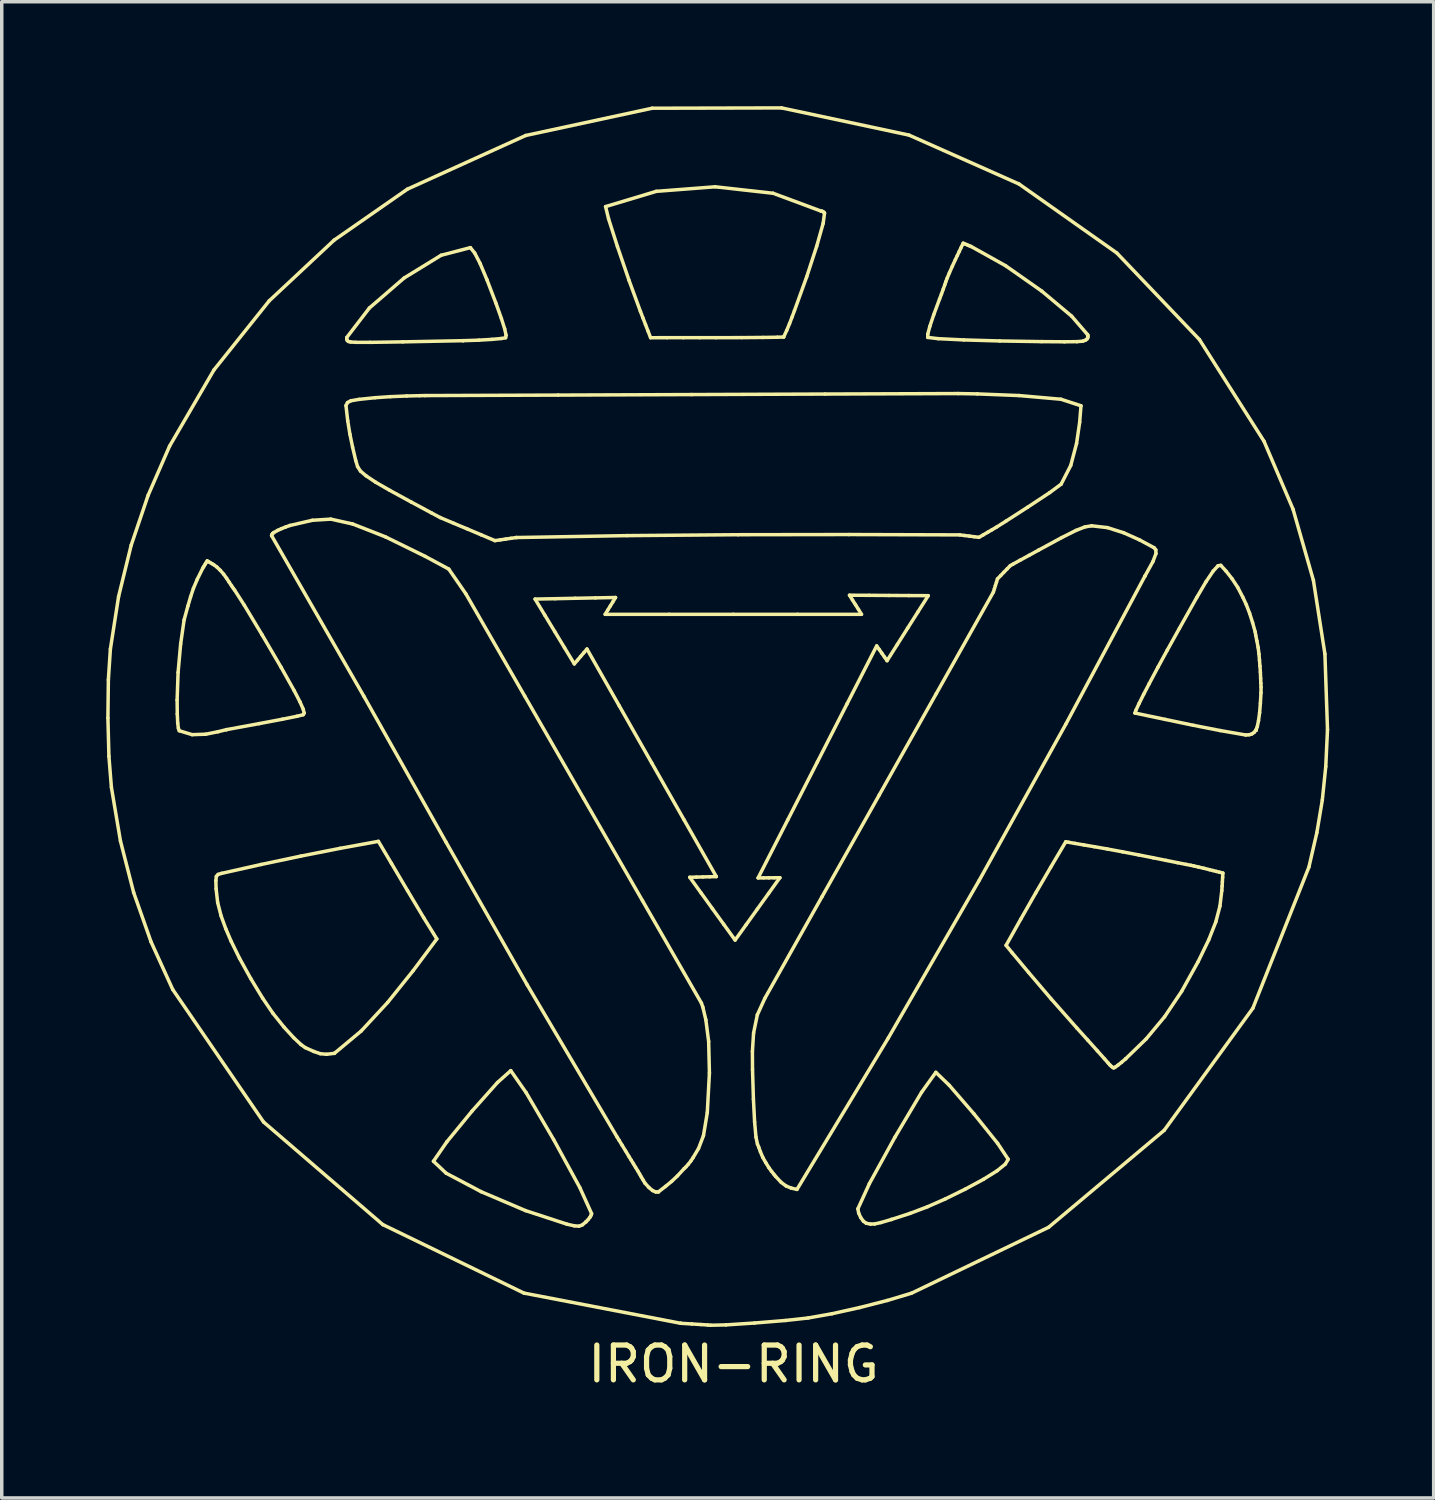
<source format=kicad_pcb>
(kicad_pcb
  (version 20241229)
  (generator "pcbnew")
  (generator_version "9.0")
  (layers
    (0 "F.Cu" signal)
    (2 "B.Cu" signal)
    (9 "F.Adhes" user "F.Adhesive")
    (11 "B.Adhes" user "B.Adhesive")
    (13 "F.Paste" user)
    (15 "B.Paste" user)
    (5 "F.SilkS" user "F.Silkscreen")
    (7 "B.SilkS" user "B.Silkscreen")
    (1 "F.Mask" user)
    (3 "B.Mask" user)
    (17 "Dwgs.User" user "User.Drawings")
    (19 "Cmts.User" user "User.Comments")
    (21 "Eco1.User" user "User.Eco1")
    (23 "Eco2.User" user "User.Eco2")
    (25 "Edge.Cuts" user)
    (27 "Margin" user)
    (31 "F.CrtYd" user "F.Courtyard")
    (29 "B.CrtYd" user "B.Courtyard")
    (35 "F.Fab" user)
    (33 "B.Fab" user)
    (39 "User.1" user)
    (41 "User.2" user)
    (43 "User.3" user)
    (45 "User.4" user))
  (footprint "IRON-RING"
    (layer "F.Cu")
    (at 18.024 18.355)
    (property "Reference" "IRON-RING" (at 0 17.78 0) (layer "F.SilkS") (effects (font (size 1 1) (thickness 0.15))))
    (attr through_hole)
    (fp_line (start -17.974 -0.778) (end -17.961 -1.875) (stroke (width 0.1) (type solid)) (layer "F.SilkS"))
    (fp_line (start -17.961 -1.875) (end -17.903 -2.758) (stroke (width 0.1) (type solid)) (layer "F.SilkS"))
    (fp_line (start -17.945 0.322) (end -17.974 -0.778) (stroke (width 0.1) (type solid)) (layer "F.SilkS"))
    (fp_line (start -17.903 -2.758) (end -17.667 -4.27) (stroke (width 0.1) (type solid)) (layer "F.SilkS"))
    (fp_line (start -17.874 1.211) (end -17.945 0.322) (stroke (width 0.1) (type solid)) (layer "F.SilkS"))
    (fp_line (start -17.667 -4.27) (end -17.306 -5.74) (stroke (width 0.1) (type solid)) (layer "F.SilkS"))
    (fp_line (start -17.614 2.754) (end -17.874 1.211) (stroke (width 0.1) (type solid)) (layer "F.SilkS"))
    (fp_line (start -17.306 -5.74) (end -16.819 -7.176) (stroke (width 0.1) (type solid)) (layer "F.SilkS"))
    (fp_line (start -17.235 4.233) (end -17.614 2.754) (stroke (width 0.1) (type solid)) (layer "F.SilkS"))
    (fp_line (start -16.819 -7.176) (end -16.203 -8.588) (stroke (width 0.1) (type solid)) (layer "F.SilkS"))
    (fp_line (start -16.734 5.654) (end -17.235 4.233) (stroke (width 0.1) (type solid)) (layer "F.SilkS"))
    (fp_line (start -16.203 -8.588) (end -14.928 -10.777) (stroke (width 0.1) (type solid)) (layer "F.SilkS"))
    (fp_line (start -16.112 7.021) (end -16.734 5.654) (stroke (width 0.1) (type solid)) (layer "F.SilkS"))
    (fp_line (start -15.986 -1.297) (end -15.981 -0.892) (stroke (width 0.1) (type solid)) (layer "F.SilkS"))
    (fp_line (start -15.981 -0.892) (end -15.969 -0.634) (stroke (width 0.1) (type solid)) (layer "F.SilkS"))
    (fp_line (start -15.969 -0.634) (end -15.95 -0.486) (stroke (width 0.1) (type solid)) (layer "F.SilkS"))
    (fp_line (start -15.958 -2.088) (end -15.986 -1.297) (stroke (width 0.1) (type solid)) (layer "F.SilkS"))
    (fp_line (start -15.95 -0.486) (end -15.925 -0.413) (stroke (width 0.1) (type solid)) (layer "F.SilkS"))
    (fp_line (start -15.925 -0.413) (end -15.554 -0.3) (stroke (width 0.1) (type solid)) (layer "F.SilkS"))
    (fp_line (start -15.884 -2.908) (end -15.958 -2.088) (stroke (width 0.1) (type solid)) (layer "F.SilkS"))
    (fp_line (start -15.785 -3.597) (end -15.884 -2.908) (stroke (width 0.1) (type solid)) (layer "F.SilkS"))
    (fp_line (start -15.676 -3.995) (end -15.785 -3.597) (stroke (width 0.1) (type solid)) (layer "F.SilkS"))
    (fp_line (start -15.599 -4.259) (end -15.676 -3.995) (stroke (width 0.1) (type solid)) (layer "F.SilkS"))
    (fp_line (start -15.554 -0.3) (end -15.162 -0.313) (stroke (width 0.1) (type solid)) (layer "F.SilkS"))
    (fp_line (start -15.518 -4.501) (end -15.599 -4.259) (stroke (width 0.1) (type solid)) (layer "F.SilkS"))
    (fp_line (start -15.407 -4.763) (end -15.518 -4.501) (stroke (width 0.1) (type solid)) (layer "F.SilkS"))
    (fp_line (start -15.245 -5.09) (end -15.407 -4.763) (stroke (width 0.1) (type solid)) (layer "F.SilkS"))
    (fp_line (start -15.214 -5.14) (end -15.245 -5.09) (stroke (width 0.1) (type solid)) (layer "F.SilkS"))
    (fp_line (start -15.183 -5.191) (end -15.214 -5.14) (stroke (width 0.1) (type solid)) (layer "F.SilkS"))
    (fp_line (start -15.162 -0.313) (end -14.812 -0.384) (stroke (width 0.1) (type solid)) (layer "F.SilkS"))
    (fp_line (start -15.152 -5.242) (end -15.183 -5.191) (stroke (width 0.1) (type solid)) (layer "F.SilkS"))
    (fp_line (start -15.121 -5.293) (end -15.152 -5.242) (stroke (width 0.1) (type solid)) (layer "F.SilkS"))
    (fp_line (start -15.074 -5.265) (end -15.121 -5.293) (stroke (width 0.1) (type solid)) (layer "F.SilkS"))
    (fp_line (start -15.027 -5.238) (end -15.074 -5.265) (stroke (width 0.1) (type solid)) (layer "F.SilkS"))
    (fp_line (start -14.98 -5.21) (end -15.027 -5.238) (stroke (width 0.1) (type solid)) (layer "F.SilkS"))
    (fp_line (start -14.933 -5.182) (end -14.98 -5.21) (stroke (width 0.1) (type solid)) (layer "F.SilkS"))
    (fp_line (start -14.928 -10.777) (end -13.341 -12.762) (stroke (width 0.1) (type solid)) (layer "F.SilkS"))
    (fp_line (start -14.873 3.897) (end -14.866 4.129) (stroke (width 0.1) (type solid)) (layer "F.SilkS"))
    (fp_line (start -14.866 4.129) (end -14.821 4.523) (stroke (width 0.1) (type solid)) (layer "F.SilkS"))
    (fp_line (start -14.859 3.772) (end -14.873 3.897) (stroke (width 0.1) (type solid)) (layer "F.SilkS"))
    (fp_line (start -14.845 -5.117) (end -14.933 -5.182) (stroke (width 0.1) (type solid)) (layer "F.SilkS"))
    (fp_line (start -14.821 4.523) (end -14.723 4.905) (stroke (width 0.1) (type solid)) (layer "F.SilkS"))
    (fp_line (start -14.812 -0.384) (end -14.567 -0.444) (stroke (width 0.1) (type solid)) (layer "F.SilkS"))
    (fp_line (start -14.809 3.715) (end -14.859 3.772) (stroke (width 0.1) (type solid)) (layer "F.SilkS"))
    (fp_line (start -14.747 -5.022) (end -14.845 -5.117) (stroke (width 0.1) (type solid)) (layer "F.SilkS"))
    (fp_line (start -14.723 4.905) (end -14.588 5.275) (stroke (width 0.1) (type solid)) (layer "F.SilkS"))
    (fp_line (start -14.71 3.685) (end -14.809 3.715) (stroke (width 0.1) (type solid)) (layer "F.SilkS"))
    (fp_line (start -14.649 -4.91) (end -14.747 -5.022) (stroke (width 0.1) (type solid)) (layer "F.SilkS"))
    (fp_line (start -14.588 5.275) (end -14.435 5.633) (stroke (width 0.1) (type solid)) (layer "F.SilkS"))
    (fp_line (start -14.567 -0.444) (end -14.567 -0.444) (stroke (width 0.1) (type solid)) (layer "F.SilkS"))
    (fp_line (start -14.567 -0.444) (end -13.628 -0.617) (stroke (width 0.1) (type solid)) (layer "F.SilkS"))
    (fp_line (start -14.565 -4.794) (end -14.649 -4.91) (stroke (width 0.1) (type solid)) (layer "F.SilkS"))
    (fp_line (start -14.491 -4.681) (end -14.565 -4.794) (stroke (width 0.1) (type solid)) (layer "F.SilkS"))
    (fp_line (start -14.435 5.633) (end -14.193 6.125) (stroke (width 0.1) (type solid)) (layer "F.SilkS"))
    (fp_line (start -14.423 -4.579) (end -14.491 -4.681) (stroke (width 0.1) (type solid)) (layer "F.SilkS"))
    (fp_line (start -14.369 -4.5) (end -14.423 -4.579) (stroke (width 0.1) (type solid)) (layer "F.SilkS"))
    (fp_line (start -14.335 -4.454) (end -14.369 -4.5) (stroke (width 0.1) (type solid)) (layer "F.SilkS"))
    (fp_line (start -14.193 6.125) (end -13.87 6.708) (stroke (width 0.1) (type solid)) (layer "F.SilkS"))
    (fp_line (start -14.055 -4.018) (end -14.335 -4.454) (stroke (width 0.1) (type solid)) (layer "F.SilkS"))
    (fp_line (start -13.87 6.708) (end -13.528 7.272) (stroke (width 0.1) (type solid)) (layer "F.SilkS"))
    (fp_line (start -13.628 -0.617) (end -12.959 -0.744) (stroke (width 0.1) (type solid)) (layer "F.SilkS"))
    (fp_line (start -13.574 3.43) (end -14.71 3.685) (stroke (width 0.1) (type solid)) (layer "F.SilkS"))
    (fp_line (start -13.545 -3.168) (end -14.055 -4.018) (stroke (width 0.1) (type solid)) (layer "F.SilkS"))
    (fp_line (start -13.528 7.272) (end -13.232 7.707) (stroke (width 0.1) (type solid)) (layer "F.SilkS"))
    (fp_line (start -13.503 10.827) (end -16.112 7.021) (stroke (width 0.1) (type solid)) (layer "F.SilkS"))
    (fp_line (start -13.341 -12.762) (end -11.476 -14.506) (stroke (width 0.1) (type solid)) (layer "F.SilkS"))
    (fp_line (start -13.272 -6.017) (end -10.621 -1.403) (stroke (width 0.1) (type solid)) (layer "F.SilkS"))
    (fp_line (start -13.262 -6.05) (end -13.272 -6.017) (stroke (width 0.1) (type solid)) (layer "F.SilkS"))
    (fp_line (start -13.247 -6.073) (end -13.262 -6.05) (stroke (width 0.1) (type solid)) (layer "F.SilkS"))
    (fp_line (start -13.232 7.707) (end -12.91 8.108) (stroke (width 0.1) (type solid)) (layer "F.SilkS"))
    (fp_line (start -13.229 -6.09) (end -13.247 -6.073) (stroke (width 0.1) (type solid)) (layer "F.SilkS"))
    (fp_line (start -13.208 -6.106) (end -13.229 -6.09) (stroke (width 0.1) (type solid)) (layer "F.SilkS"))
    (fp_line (start -13.098 -6.168) (end -13.208 -6.106) (stroke (width 0.1) (type solid)) (layer "F.SilkS"))
    (fp_line (start -13.001 -2.239) (end -13.545 -3.168) (stroke (width 0.1) (type solid)) (layer "F.SilkS"))
    (fp_line (start -12.988 -6.218) (end -13.098 -6.168) (stroke (width 0.1) (type solid)) (layer "F.SilkS"))
    (fp_line (start -12.959 -0.744) (end -12.544 -0.828) (stroke (width 0.1) (type solid)) (layer "F.SilkS"))
    (fp_line (start -12.91 8.108) (end -12.637 8.406) (stroke (width 0.1) (type solid)) (layer "F.SilkS"))
    (fp_line (start -12.873 -6.263) (end -12.988 -6.218) (stroke (width 0.1) (type solid)) (layer "F.SilkS"))
    (fp_line (start -12.747 -6.309) (end -12.873 -6.263) (stroke (width 0.1) (type solid)) (layer "F.SilkS"))
    (fp_line (start -12.637 8.406) (end -12.43 8.601) (stroke (width 0.1) (type solid)) (layer "F.SilkS"))
    (fp_line (start -12.622 -1.563) (end -13.001 -2.239) (stroke (width 0.1) (type solid)) (layer "F.SilkS"))
    (fp_line (start -12.544 -0.828) (end -12.363 -0.873) (stroke (width 0.1) (type solid)) (layer "F.SilkS"))
    (fp_line (start -12.457 -1.243) (end -12.622 -1.563) (stroke (width 0.1) (type solid)) (layer "F.SilkS"))
    (fp_line (start -12.433 3.189) (end -13.574 3.43) (stroke (width 0.1) (type solid)) (layer "F.SilkS"))
    (fp_line (start -12.43 8.601) (end -12.304 8.691) (stroke (width 0.1) (type solid)) (layer "F.SilkS"))
    (fp_line (start -12.365 -1.036) (end -12.457 -1.243) (stroke (width 0.1) (type solid)) (layer "F.SilkS"))
    (fp_line (start -12.363 -0.873) (end -12.336 -0.92) (stroke (width 0.1) (type solid)) (layer "F.SilkS"))
    (fp_line (start -12.336 -0.92) (end -12.365 -1.036) (stroke (width 0.1) (type solid)) (layer "F.SilkS"))
    (fp_line (start -12.304 8.691) (end -12.06 8.801) (stroke (width 0.1) (type solid)) (layer "F.SilkS"))
    (fp_line (start -12.1 -6.459) (end -12.747 -6.309) (stroke (width 0.1) (type solid)) (layer "F.SilkS"))
    (fp_line (start -12.06 8.801) (end -11.873 8.865) (stroke (width 0.1) (type solid)) (layer "F.SilkS"))
    (fp_line (start -11.873 8.865) (end -11.693 8.882) (stroke (width 0.1) (type solid)) (layer "F.SilkS"))
    (fp_line (start -11.693 8.882) (end -11.467 8.855) (stroke (width 0.1) (type solid)) (layer "F.SilkS"))
    (fp_line (start -11.571 -6.492) (end -12.1 -6.459) (stroke (width 0.1) (type solid)) (layer "F.SilkS"))
    (fp_line (start -11.476 -14.506) (end -9.371 -15.971) (stroke (width 0.1) (type solid)) (layer "F.SilkS"))
    (fp_line (start -11.467 8.855) (end -11.467 8.855) (stroke (width 0.1) (type solid)) (layer "F.SilkS"))
    (fp_line (start -11.467 8.855) (end -10.697 8.213) (stroke (width 0.1) (type solid)) (layer "F.SilkS"))
    (fp_line (start -11.305 2.966) (end -12.433 3.189) (stroke (width 0.1) (type solid)) (layer "F.SilkS"))
    (fp_line (start -11.135 -9.754) (end -11.085 -9.318) (stroke (width 0.1) (type solid)) (layer "F.SilkS"))
    (fp_line (start -11.113 -11.709) (end -11.112 -11.658) (stroke (width 0.1) (type solid)) (layer "F.SilkS"))
    (fp_line (start -11.112 -11.658) (end -11.096 -11.621) (stroke (width 0.1) (type solid)) (layer "F.SilkS"))
    (fp_line (start -11.096 -11.621) (end -11.062 -11.595) (stroke (width 0.1) (type solid)) (layer "F.SilkS"))
    (fp_line (start -11.091 -9.84) (end -11.135 -9.754) (stroke (width 0.1) (type solid)) (layer "F.SilkS"))
    (fp_line (start -11.085 -9.318) (end -11.022 -8.932) (stroke (width 0.1) (type solid)) (layer "F.SilkS"))
    (fp_line (start -11.062 -11.595) (end -11.005 -11.581) (stroke (width 0.1) (type solid)) (layer "F.SilkS"))
    (fp_line (start -11.022 -8.932) (end -10.945 -8.56) (stroke (width 0.1) (type solid)) (layer "F.SilkS"))
    (fp_line (start -11.005 -11.581) (end -10.861 -11.571) (stroke (width 0.1) (type solid)) (layer "F.SilkS"))
    (fp_line (start -10.995 -9.892) (end -11.091 -9.84) (stroke (width 0.1) (type solid)) (layer "F.SilkS"))
    (fp_line (start -10.945 -8.56) (end -10.853 -8.169) (stroke (width 0.1) (type solid)) (layer "F.SilkS"))
    (fp_line (start -10.943 -6.352) (end -11.571 -6.492) (stroke (width 0.1) (type solid)) (layer "F.SilkS"))
    (fp_line (start -10.861 -11.571) (end -10.446 -11.57) (stroke (width 0.1) (type solid)) (layer "F.SilkS"))
    (fp_line (start -10.853 -8.169) (end -10.801 -7.999) (stroke (width 0.1) (type solid)) (layer "F.SilkS"))
    (fp_line (start -10.801 -7.999) (end -10.717 -7.87) (stroke (width 0.1) (type solid)) (layer "F.SilkS"))
    (fp_line (start -10.76 -9.932) (end -10.995 -9.892) (stroke (width 0.1) (type solid)) (layer "F.SilkS"))
    (fp_line (start -10.717 -7.87) (end -10.559 -7.737) (stroke (width 0.1) (type solid)) (layer "F.SilkS"))
    (fp_line (start -10.697 8.213) (end -9.936 7.391) (stroke (width 0.1) (type solid)) (layer "F.SilkS"))
    (fp_line (start -10.621 -1.403) (end -8.264 2.782) (stroke (width 0.1) (type solid)) (layer "F.SilkS"))
    (fp_line (start -10.559 -7.737) (end -10.283 -7.552) (stroke (width 0.1) (type solid)) (layer "F.SilkS"))
    (fp_line (start -10.463 -12.556) (end -11.113 -11.709) (stroke (width 0.1) (type solid)) (layer "F.SilkS"))
    (fp_line (start -10.446 -11.57) (end -9.502 -11.584) (stroke (width 0.1) (type solid)) (layer "F.SilkS"))
    (fp_line (start -10.297 -9.98) (end -10.76 -9.932) (stroke (width 0.1) (type solid)) (layer "F.SilkS"))
    (fp_line (start -10.283 -7.552) (end -9.878 -7.319) (stroke (width 0.1) (type solid)) (layer "F.SilkS"))
    (fp_line (start -10.204 2.765) (end -11.305 2.966) (stroke (width 0.1) (type solid)) (layer "F.SilkS"))
    (fp_line (start -10.077 13.775) (end -13.503 10.827) (stroke (width 0.1) (type solid)) (layer "F.SilkS"))
    (fp_line (start -10.002 -5.983) (end -10.943 -6.352) (stroke (width 0.1) (type solid)) (layer "F.SilkS"))
    (fp_line (start -9.936 7.391) (end -9.204 6.479) (stroke (width 0.1) (type solid)) (layer "F.SilkS"))
    (fp_line (start -9.878 -7.319) (end -9.253 -6.978) (stroke (width 0.1) (type solid)) (layer "F.SilkS"))
    (fp_line (start -9.857 -10.01) (end -10.297 -9.98) (stroke (width 0.1) (type solid)) (layer "F.SilkS"))
    (fp_line (start -9.829 3.398) (end -10.204 2.765) (stroke (width 0.1) (type solid)) (layer "F.SilkS"))
    (fp_line (start -9.502 -11.584) (end -7.772 -11.618) (stroke (width 0.1) (type solid)) (layer "F.SilkS"))
    (fp_line (start -9.464 -13.419) (end -10.463 -12.556) (stroke (width 0.1) (type solid)) (layer "F.SilkS"))
    (fp_line (start -9.391 -10.029) (end -9.857 -10.01) (stroke (width 0.1) (type solid)) (layer "F.SilkS"))
    (fp_line (start -9.371 -15.971) (end -5.971 -17.513) (stroke (width 0.1) (type solid)) (layer "F.SilkS"))
    (fp_line (start -9.366 4.182) (end -9.829 3.398) (stroke (width 0.1) (type solid)) (layer "F.SilkS"))
    (fp_line (start -9.253 -6.978) (end -8.68 -6.671) (stroke (width 0.1) (type solid)) (layer "F.SilkS"))
    (fp_line (start -9.204 6.479) (end -8.525 5.568) (stroke (width 0.1) (type solid)) (layer "F.SilkS"))
    (fp_line (start -9.021 -10.038) (end -9.391 -10.029) (stroke (width 0.1) (type solid)) (layer "F.SilkS"))
    (fp_line (start -8.902 4.959) (end -9.366 4.182) (stroke (width 0.1) (type solid)) (layer "F.SilkS"))
    (fp_line (start -8.87 -10.041) (end -9.021 -10.038) (stroke (width 0.1) (type solid)) (layer "F.SilkS"))
    (fp_line (start -8.861 -5.423) (end -10.002 -5.983) (stroke (width 0.1) (type solid)) (layer "F.SilkS"))
    (fp_line (start -8.68 -6.671) (end -8.429 -6.537) (stroke (width 0.1) (type solid)) (layer "F.SilkS"))
    (fp_line (start -8.622 11.955) (end -8.257 12.299) (stroke (width 0.1) (type solid)) (layer "F.SilkS"))
    (fp_line (start -8.525 5.568) (end -8.902 4.959) (stroke (width 0.1) (type solid)) (layer "F.SilkS"))
    (fp_line (start -8.429 -6.537) (end -8.036 -6.371) (stroke (width 0.1) (type solid)) (layer "F.SilkS"))
    (fp_line (start -8.401 -14.072) (end -9.464 -13.419) (stroke (width 0.1) (type solid)) (layer "F.SilkS"))
    (fp_line (start -8.264 2.782) (end -5.93 6.886) (stroke (width 0.1) (type solid)) (layer "F.SilkS"))
    (fp_line (start -8.257 12.299) (end -7.254 12.829) (stroke (width 0.1) (type solid)) (layer "F.SilkS"))
    (fp_line (start -8.237 11.397) (end -8.622 11.955) (stroke (width 0.1) (type solid)) (layer "F.SilkS"))
    (fp_line (start -8.182 -5.057) (end -8.861 -5.423) (stroke (width 0.1) (type solid)) (layer "F.SilkS"))
    (fp_line (start -8.036 -6.371) (end -7.642 -6.206) (stroke (width 0.1) (type solid)) (layer "F.SilkS"))
    (fp_line (start -7.772 -11.618) (end -7.772 -11.618) (stroke (width 0.1) (type solid)) (layer "F.SilkS"))
    (fp_line (start -7.772 -11.618) (end -7.319 -11.633) (stroke (width 0.1) (type solid)) (layer "F.SilkS"))
    (fp_line (start -7.694 -4.35) (end -8.182 -5.057) (stroke (width 0.1) (type solid)) (layer "F.SilkS"))
    (fp_line (start -7.642 -6.206) (end -7.249 -6.04) (stroke (width 0.1) (type solid)) (layer "F.SilkS"))
    (fp_line (start -7.561 -14.291) (end -8.401 -14.072) (stroke (width 0.1) (type solid)) (layer "F.SilkS"))
    (fp_line (start -7.509 10.509) (end -8.237 11.397) (stroke (width 0.1) (type solid)) (layer "F.SilkS"))
    (fp_line (start -7.437 -14.135) (end -7.561 -14.291) (stroke (width 0.1) (type solid)) (layer "F.SilkS"))
    (fp_line (start -7.319 -11.633) (end -6.938 -11.656) (stroke (width 0.1) (type solid)) (layer "F.SilkS"))
    (fp_line (start -7.282 -13.837) (end -7.437 -14.135) (stroke (width 0.1) (type solid)) (layer "F.SilkS"))
    (fp_line (start -7.254 12.829) (end -5.977 13.373) (stroke (width 0.1) (type solid)) (layer "F.SilkS"))
    (fp_line (start -7.249 -6.04) (end -6.856 -5.874) (stroke (width 0.1) (type solid)) (layer "F.SilkS"))
    (fp_line (start -7.084 -13.366) (end -7.282 -13.837) (stroke (width 0.1) (type solid)) (layer "F.SilkS"))
    (fp_line (start -6.938 -11.656) (end -6.668 -11.681) (stroke (width 0.1) (type solid)) (layer "F.SilkS"))
    (fp_line (start -6.856 -5.874) (end -6.701 -5.896) (stroke (width 0.1) (type solid)) (layer "F.SilkS"))
    (fp_line (start -6.828 -12.697) (end -7.084 -13.366) (stroke (width 0.1) (type solid)) (layer "F.SilkS"))
    (fp_line (start -6.783 9.693) (end -7.509 10.509) (stroke (width 0.1) (type solid)) (layer "F.SilkS"))
    (fp_line (start -6.701 -5.896) (end -6.547 -5.919) (stroke (width 0.1) (type solid)) (layer "F.SilkS"))
    (fp_line (start -6.672 -12.261) (end -6.828 -12.697) (stroke (width 0.1) (type solid)) (layer "F.SilkS"))
    (fp_line (start -6.668 -11.681) (end -6.549 -11.702) (stroke (width 0.1) (type solid)) (layer "F.SilkS"))
    (fp_line (start -6.576 -11.958) (end -6.672 -12.261) (stroke (width 0.1) (type solid)) (layer "F.SilkS"))
    (fp_line (start -6.549 -11.702) (end -6.536 -11.776) (stroke (width 0.1) (type solid)) (layer "F.SilkS"))
    (fp_line (start -6.547 -5.919) (end -6.393 -5.941) (stroke (width 0.1) (type solid)) (layer "F.SilkS"))
    (fp_line (start -6.536 -11.776) (end -6.576 -11.958) (stroke (width 0.1) (type solid)) (layer "F.SilkS"))
    (fp_line (start -6.401 9.352) (end -6.783 9.693) (stroke (width 0.1) (type solid)) (layer "F.SilkS"))
    (fp_line (start -6.393 -5.941) (end -6.239 -5.963) (stroke (width 0.1) (type solid)) (layer "F.SilkS"))
    (fp_line (start -6.239 -5.963) (end -6.239 -5.963) (stroke (width 0.1) (type solid)) (layer "F.SilkS"))
    (fp_line (start -6.239 -5.963) (end -3.055 -6.018) (stroke (width 0.1) (type solid)) (layer "F.SilkS"))
    (fp_line (start -6.021 15.743) (end -10.077 13.775) (stroke (width 0.1) (type solid)) (layer "F.SilkS"))
    (fp_line (start -6.001 -1.41) (end -7.694 -4.35) (stroke (width 0.1) (type solid)) (layer "F.SilkS"))
    (fp_line (start -5.977 13.373) (end -4.789 13.762) (stroke (width 0.1) (type solid)) (layer "F.SilkS"))
    (fp_line (start -5.971 -17.513) (end -2.34 -18.296) (stroke (width 0.1) (type solid)) (layer "F.SilkS"))
    (fp_line (start -5.96 9.983) (end -6.401 9.352) (stroke (width 0.1) (type solid)) (layer "F.SilkS"))
    (fp_line (start -5.93 6.886) (end -3.347 11.258) (stroke (width 0.1) (type solid)) (layer "F.SilkS"))
    (fp_line (start -5.702 -4.195) (end -5.421 -3.73) (stroke (width 0.1) (type solid)) (layer "F.SilkS"))
    (fp_line (start -5.421 -3.73) (end -5.139 -3.264) (stroke (width 0.1) (type solid)) (layer "F.SilkS"))
    (fp_line (start -5.171 11.329) (end -5.96 9.983) (stroke (width 0.1) (type solid)) (layer "F.SilkS"))
    (fp_line (start -5.139 -3.264) (end -4.857 -2.798) (stroke (width 0.1) (type solid)) (layer "F.SilkS"))
    (fp_line (start -5.125 -4.206) (end -5.702 -4.195) (stroke (width 0.1) (type solid)) (layer "F.SilkS"))
    (fp_line (start -5.038 -10.055) (end -8.87 -10.041) (stroke (width 0.1) (type solid)) (layer "F.SilkS"))
    (fp_line (start -4.857 -2.798) (end -4.575 -2.333) (stroke (width 0.1) (type solid)) (layer "F.SilkS"))
    (fp_line (start -4.789 13.762) (end -4.572 13.811) (stroke (width 0.1) (type solid)) (layer "F.SilkS"))
    (fp_line (start -4.575 -2.333) (end -4.484 -2.44) (stroke (width 0.1) (type solid)) (layer "F.SilkS"))
    (fp_line (start -4.572 13.811) (end -4.439 13.82) (stroke (width 0.1) (type solid)) (layer "F.SilkS"))
    (fp_line (start -4.547 -4.218) (end -5.125 -4.206) (stroke (width 0.1) (type solid)) (layer "F.SilkS"))
    (fp_line (start -4.484 -2.44) (end -4.393 -2.547) (stroke (width 0.1) (type solid)) (layer "F.SilkS"))
    (fp_line (start -4.439 13.82) (end -4.343 13.783) (stroke (width 0.1) (type solid)) (layer "F.SilkS"))
    (fp_line (start -4.416 12.713) (end -5.171 11.329) (stroke (width 0.1) (type solid)) (layer "F.SilkS"))
    (fp_line (start -4.393 -2.547) (end -4.303 -2.653) (stroke (width 0.1) (type solid)) (layer "F.SilkS"))
    (fp_line (start -4.343 13.783) (end -4.237 13.692) (stroke (width 0.1) (type solid)) (layer "F.SilkS"))
    (fp_line (start -4.309 1.53) (end -6.001 -1.41) (stroke (width 0.1) (type solid)) (layer "F.SilkS"))
    (fp_line (start -4.303 -2.653) (end -4.212 -2.76) (stroke (width 0.1) (type solid)) (layer "F.SilkS"))
    (fp_line (start -4.237 13.692) (end -4.237 13.692) (stroke (width 0.1) (type solid)) (layer "F.SilkS"))
    (fp_line (start -4.237 13.692) (end -4.176 13.629) (stroke (width 0.1) (type solid)) (layer "F.SilkS"))
    (fp_line (start -4.212 -2.76) (end -3.283 -1.126) (stroke (width 0.1) (type solid)) (layer "F.SilkS"))
    (fp_line (start -4.176 13.629) (end -4.126 13.563) (stroke (width 0.1) (type solid)) (layer "F.SilkS"))
    (fp_line (start -4.126 13.563) (end -4.092 13.504) (stroke (width 0.1) (type solid)) (layer "F.SilkS"))
    (fp_line (start -4.092 13.504) (end -4.079 13.458) (stroke (width 0.1) (type solid)) (layer "F.SilkS"))
    (fp_line (start -4.079 13.458) (end -4.416 12.713) (stroke (width 0.1) (type solid)) (layer "F.SilkS"))
    (fp_line (start -3.969 -4.229) (end -4.547 -4.218) (stroke (width 0.1) (type solid)) (layer "F.SilkS"))
    (fp_line (start -3.689 -3.757) (end -3.615 -3.878) (stroke (width 0.1) (type solid)) (layer "F.SilkS"))
    (fp_line (start -3.677 -15.47) (end -3.591 -15.118) (stroke (width 0.1) (type solid)) (layer "F.SilkS"))
    (fp_line (start -3.615 -3.878) (end -3.54 -3.998) (stroke (width 0.1) (type solid)) (layer "F.SilkS"))
    (fp_line (start -3.591 -15.118) (end -3.338 -14.326) (stroke (width 0.1) (type solid)) (layer "F.SilkS"))
    (fp_line (start -3.54 -3.998) (end -3.466 -4.119) (stroke (width 0.1) (type solid)) (layer "F.SilkS"))
    (fp_line (start -3.466 -4.119) (end -3.391 -4.24) (stroke (width 0.1) (type solid)) (layer "F.SilkS"))
    (fp_line (start -3.391 -4.24) (end -3.969 -4.229) (stroke (width 0.1) (type solid)) (layer "F.SilkS"))
    (fp_line (start -3.347 11.258) (end -3.288 11.354) (stroke (width 0.1) (type solid)) (layer "F.SilkS"))
    (fp_line (start -3.338 -14.326) (end -3.004 -13.353) (stroke (width 0.1) (type solid)) (layer "F.SilkS"))
    (fp_line (start -3.288 11.354) (end -3.203 11.493) (stroke (width 0.1) (type solid)) (layer "F.SilkS"))
    (fp_line (start -3.283 -1.126) (end -2.354 0.509) (stroke (width 0.1) (type solid)) (layer "F.SilkS"))
    (fp_line (start -3.203 11.493) (end -3.103 11.657) (stroke (width 0.1) (type solid)) (layer "F.SilkS"))
    (fp_line (start -3.103 11.657) (end -3 11.827) (stroke (width 0.1) (type solid)) (layer "F.SilkS"))
    (fp_line (start -3.055 -6.018) (end 0.129 -6.044) (stroke (width 0.1) (type solid)) (layer "F.SilkS"))
    (fp_line (start -3.004 -13.353) (end -2.676 -12.459) (stroke (width 0.1) (type solid)) (layer "F.SilkS"))
    (fp_line (start -3 11.827) (end -2.938 11.928) (stroke (width 0.1) (type solid)) (layer "F.SilkS"))
    (fp_line (start -2.938 11.928) (end -2.876 12.029) (stroke (width 0.1) (type solid)) (layer "F.SilkS"))
    (fp_line (start -2.876 12.029) (end -2.815 12.13) (stroke (width 0.1) (type solid)) (layer "F.SilkS"))
    (fp_line (start -2.815 12.13) (end -2.753 12.231) (stroke (width 0.1) (type solid)) (layer "F.SilkS"))
    (fp_line (start -2.753 12.231) (end -2.701 12.32) (stroke (width 0.1) (type solid)) (layer "F.SilkS"))
    (fp_line (start -2.701 12.32) (end -2.65 12.408) (stroke (width 0.1) (type solid)) (layer "F.SilkS"))
    (fp_line (start -2.676 -12.459) (end -2.603 -12.27) (stroke (width 0.1) (type solid)) (layer "F.SilkS"))
    (fp_line (start -2.65 12.408) (end -2.598 12.496) (stroke (width 0.1) (type solid)) (layer "F.SilkS"))
    (fp_line (start -2.616 4.471) (end -4.309 1.53) (stroke (width 0.1) (type solid)) (layer "F.SilkS"))
    (fp_line (start -2.603 -12.27) (end -2.53 -12.081) (stroke (width 0.1) (type solid)) (layer "F.SilkS"))
    (fp_line (start -2.598 12.496) (end -2.546 12.584) (stroke (width 0.1) (type solid)) (layer "F.SilkS"))
    (fp_line (start -2.546 12.584) (end -2.431 12.71) (stroke (width 0.1) (type solid)) (layer "F.SilkS"))
    (fp_line (start -2.53 -12.081) (end -2.457 -11.892) (stroke (width 0.1) (type solid)) (layer "F.SilkS"))
    (fp_line (start -2.457 -11.892) (end -2.384 -11.703) (stroke (width 0.1) (type solid)) (layer "F.SilkS"))
    (fp_line (start -2.431 12.71) (end -2.328 12.796) (stroke (width 0.1) (type solid)) (layer "F.SilkS"))
    (fp_line (start -2.384 -11.703) (end -1.913 -11.704) (stroke (width 0.1) (type solid)) (layer "F.SilkS"))
    (fp_line (start -2.354 0.509) (end -1.425 2.143) (stroke (width 0.1) (type solid)) (layer "F.SilkS"))
    (fp_line (start -2.34 -18.296) (end 1.379 -18.305) (stroke (width 0.1) (type solid)) (layer "F.SilkS"))
    (fp_line (start -2.328 12.796) (end -2.236 12.838) (stroke (width 0.1) (type solid)) (layer "F.SilkS"))
    (fp_line (start -2.236 12.838) (end -2.159 12.835) (stroke (width 0.1) (type solid)) (layer "F.SilkS"))
    (fp_line (start -2.222 -15.908) (end -3.677 -15.47) (stroke (width 0.1) (type solid)) (layer "F.SilkS"))
    (fp_line (start -2.159 12.835) (end -2.159 12.835) (stroke (width 0.1) (type solid)) (layer "F.SilkS"))
    (fp_line (start -2.159 12.835) (end -1.953 12.676) (stroke (width 0.1) (type solid)) (layer "F.SilkS"))
    (fp_line (start -1.953 12.676) (end -1.78 12.534) (stroke (width 0.1) (type solid)) (layer "F.SilkS"))
    (fp_line (start -1.913 -11.704) (end -1.443 -11.704) (stroke (width 0.1) (type solid)) (layer "F.SilkS"))
    (fp_line (start -1.848 -3.757) (end -3.689 -3.757) (stroke (width 0.1) (type solid)) (layer "F.SilkS"))
    (fp_line (start -1.78 12.534) (end -1.612 12.375) (stroke (width 0.1) (type solid)) (layer "F.SilkS"))
    (fp_line (start -1.612 12.375) (end -1.421 12.167) (stroke (width 0.1) (type solid)) (layer "F.SilkS"))
    (fp_line (start -1.519 16.61) (end -6.021 15.743) (stroke (width 0.1) (type solid)) (layer "F.SilkS"))
    (fp_line (start -1.519 16.61) (end -1.519 16.61) (stroke (width 0.1) (type solid)) (layer "F.SilkS"))
    (fp_line (start -1.443 -11.704) (end -0.972 -11.704) (stroke (width 0.1) (type solid)) (layer "F.SilkS"))
    (fp_line (start -1.425 2.143) (end -0.496 3.778) (stroke (width 0.1) (type solid)) (layer "F.SilkS"))
    (fp_line (start -1.421 12.167) (end -1.369 12.119) (stroke (width 0.1) (type solid)) (layer "F.SilkS"))
    (fp_line (start -1.369 12.119) (end -1.301 12.042) (stroke (width 0.1) (type solid)) (layer "F.SilkS"))
    (fp_line (start -1.301 12.042) (end -1.229 11.949) (stroke (width 0.1) (type solid)) (layer "F.SilkS"))
    (fp_line (start -1.259 3.797) (end -0.933 4.248) (stroke (width 0.1) (type solid)) (layer "F.SilkS"))
    (fp_line (start -1.229 11.949) (end -1.167 11.856) (stroke (width 0.1) (type solid)) (layer "F.SilkS"))
    (fp_line (start -1.206 -10.07) (end -5.038 -10.055) (stroke (width 0.1) (type solid)) (layer "F.SilkS"))
    (fp_line (start -1.203 16.629) (end -1.519 16.61) (stroke (width 0.1) (type solid)) (layer "F.SilkS"))
    (fp_line (start -1.167 11.856) (end -1.007 11.589) (stroke (width 0.1) (type solid)) (layer "F.SilkS"))
    (fp_line (start -1.068 3.792) (end -1.259 3.797) (stroke (width 0.1) (type solid)) (layer "F.SilkS"))
    (fp_line (start -1.007 11.589) (end -0.865 11.219) (stroke (width 0.1) (type solid)) (layer "F.SilkS"))
    (fp_line (start -0.972 -11.704) (end -0.502 -11.704) (stroke (width 0.1) (type solid)) (layer "F.SilkS"))
    (fp_line (start -0.935 16.646) (end -1.203 16.629) (stroke (width 0.1) (type solid)) (layer "F.SilkS"))
    (fp_line (start -0.933 4.248) (end -0.608 4.699) (stroke (width 0.1) (type solid)) (layer "F.SilkS"))
    (fp_line (start -0.924 7.411) (end -2.616 4.471) (stroke (width 0.1) (type solid)) (layer "F.SilkS"))
    (fp_line (start -0.883 7.528) (end -0.924 7.411) (stroke (width 0.1) (type solid)) (layer "F.SilkS"))
    (fp_line (start -0.877 3.787) (end -1.068 3.792) (stroke (width 0.1) (type solid)) (layer "F.SilkS"))
    (fp_line (start -0.865 11.219) (end -0.755 10.558) (stroke (width 0.1) (type solid)) (layer "F.SilkS"))
    (fp_line (start -0.797 7.89) (end -0.883 7.528) (stroke (width 0.1) (type solid)) (layer "F.SilkS"))
    (fp_line (start -0.755 10.558) (end -0.694 9.418) (stroke (width 0.1) (type solid)) (layer "F.SilkS"))
    (fp_line (start -0.743 16.659) (end -0.935 16.646) (stroke (width 0.1) (type solid)) (layer "F.SilkS"))
    (fp_line (start -0.716 8.515) (end -0.797 7.89) (stroke (width 0.1) (type solid)) (layer "F.SilkS"))
    (fp_line (start -0.694 9.418) (end -0.716 8.515) (stroke (width 0.1) (type solid)) (layer "F.SilkS"))
    (fp_line (start -0.687 3.782) (end -0.877 3.787) (stroke (width 0.1) (type solid)) (layer "F.SilkS"))
    (fp_line (start -0.655 16.666) (end -0.743 16.659) (stroke (width 0.1) (type solid)) (layer "F.SilkS"))
    (fp_line (start -0.608 4.699) (end -0.282 5.15) (stroke (width 0.1) (type solid)) (layer "F.SilkS"))
    (fp_line (start -0.529 -16.039) (end -2.222 -15.908) (stroke (width 0.1) (type solid)) (layer "F.SilkS"))
    (fp_line (start -0.502 -11.704) (end 0.231 -11.706) (stroke (width 0.1) (type solid)) (layer "F.SilkS"))
    (fp_line (start -0.496 3.778) (end -0.687 3.782) (stroke (width 0.1) (type solid)) (layer "F.SilkS"))
    (fp_line (start -0.282 5.15) (end 0.044 5.601) (stroke (width 0.1) (type solid)) (layer "F.SilkS"))
    (fp_line (start -0.218 16.656) (end -0.655 16.666) (stroke (width 0.1) (type solid)) (layer "F.SilkS"))
    (fp_line (start -0.007 -3.757) (end -1.848 -3.757) (stroke (width 0.1) (type solid)) (layer "F.SilkS"))
    (fp_line (start 0.044 5.601) (end 0.365 5.154) (stroke (width 0.1) (type solid)) (layer "F.SilkS"))
    (fp_line (start 0.129 -6.044) (end 3.314 -6.049) (stroke (width 0.1) (type solid)) (layer "F.SilkS"))
    (fp_line (start 0.231 -11.706) (end 0.838 -11.711) (stroke (width 0.1) (type solid)) (layer "F.SilkS"))
    (fp_line (start 0.365 5.154) (end 0.686 4.706) (stroke (width 0.1) (type solid)) (layer "F.SilkS"))
    (fp_line (start 0.541 8.801) (end 0.544 9.314) (stroke (width 0.1) (type solid)) (layer "F.SilkS"))
    (fp_line (start 0.544 9.314) (end 0.57 10.172) (stroke (width 0.1) (type solid)) (layer "F.SilkS"))
    (fp_line (start 0.57 10.172) (end 0.604 10.826) (stroke (width 0.1) (type solid)) (layer "F.SilkS"))
    (fp_line (start 0.575 8.269) (end 0.541 8.801) (stroke (width 0.1) (type solid)) (layer "F.SilkS"))
    (fp_line (start 0.603 16.602) (end -0.218 16.656) (stroke (width 0.1) (type solid)) (layer "F.SilkS"))
    (fp_line (start 0.604 10.826) (end 0.643 11.26) (stroke (width 0.1) (type solid)) (layer "F.SilkS"))
    (fp_line (start 0.643 11.26) (end 0.685 11.459) (stroke (width 0.1) (type solid)) (layer "F.SilkS"))
    (fp_line (start 0.682 7.75) (end 0.575 8.269) (stroke (width 0.1) (type solid)) (layer "F.SilkS"))
    (fp_line (start 0.685 11.459) (end 0.722 11.549) (stroke (width 0.1) (type solid)) (layer "F.SilkS"))
    (fp_line (start 0.686 4.706) (end 1.007 4.259) (stroke (width 0.1) (type solid)) (layer "F.SilkS"))
    (fp_line (start 0.704 3.816) (end 1.556 2.149) (stroke (width 0.1) (type solid)) (layer "F.SilkS"))
    (fp_line (start 0.722 11.549) (end 0.771 11.683) (stroke (width 0.1) (type solid)) (layer "F.SilkS"))
    (fp_line (start 0.771 11.683) (end 0.837 11.84) (stroke (width 0.1) (type solid)) (layer "F.SilkS"))
    (fp_line (start 0.837 11.84) (end 0.926 11.997) (stroke (width 0.1) (type solid)) (layer "F.SilkS"))
    (fp_line (start 0.838 -11.711) (end 1.26 -11.717) (stroke (width 0.1) (type solid)) (layer "F.SilkS"))
    (fp_line (start 0.86 3.814) (end 0.704 3.816) (stroke (width 0.1) (type solid)) (layer "F.SilkS"))
    (fp_line (start 0.899 7.273) (end 0.682 7.75) (stroke (width 0.1) (type solid)) (layer "F.SilkS"))
    (fp_line (start 0.926 11.997) (end 1.014 12.139) (stroke (width 0.1) (type solid)) (layer "F.SilkS"))
    (fp_line (start 1.007 4.259) (end 1.328 3.81) (stroke (width 0.1) (type solid)) (layer "F.SilkS"))
    (fp_line (start 1.014 12.139) (end 1.09 12.244) (stroke (width 0.1) (type solid)) (layer "F.SilkS"))
    (fp_line (start 1.016 3.813) (end 0.86 3.814) (stroke (width 0.1) (type solid)) (layer "F.SilkS"))
    (fp_line (start 1.09 12.244) (end 1.153 12.323) (stroke (width 0.1) (type solid)) (layer "F.SilkS"))
    (fp_line (start 1.135 -15.853) (end -0.529 -16.039) (stroke (width 0.1) (type solid)) (layer "F.SilkS"))
    (fp_line (start 1.153 12.323) (end 1.204 12.387) (stroke (width 0.1) (type solid)) (layer "F.SilkS"))
    (fp_line (start 1.172 3.811) (end 1.016 3.813) (stroke (width 0.1) (type solid)) (layer "F.SilkS"))
    (fp_line (start 1.204 12.387) (end 1.369 12.563) (stroke (width 0.1) (type solid)) (layer "F.SilkS"))
    (fp_line (start 1.26 -11.717) (end 1.439 -11.724) (stroke (width 0.1) (type solid)) (layer "F.SilkS"))
    (fp_line (start 1.328 3.81) (end 1.172 3.811) (stroke (width 0.1) (type solid)) (layer "F.SilkS"))
    (fp_line (start 1.328 3.81) (end 1.328 3.81) (stroke (width 0.1) (type solid)) (layer "F.SilkS"))
    (fp_line (start 1.369 12.563) (end 1.509 12.666) (stroke (width 0.1) (type solid)) (layer "F.SilkS"))
    (fp_line (start 1.379 -18.305) (end 5.04 -17.524) (stroke (width 0.1) (type solid)) (layer "F.SilkS"))
    (fp_line (start 1.439 -11.724) (end 1.439 -11.724) (stroke (width 0.1) (type solid)) (layer "F.SilkS"))
    (fp_line (start 1.439 -11.724) (end 1.526 -11.912) (stroke (width 0.1) (type solid)) (layer "F.SilkS"))
    (fp_line (start 1.493 16.529) (end 0.603 16.602) (stroke (width 0.1) (type solid)) (layer "F.SilkS"))
    (fp_line (start 1.509 12.666) (end 1.651 12.724) (stroke (width 0.1) (type solid)) (layer "F.SilkS"))
    (fp_line (start 1.526 -11.912) (end 1.607 -12.107) (stroke (width 0.1) (type solid)) (layer "F.SilkS"))
    (fp_line (start 1.556 2.149) (end 2.408 0.483) (stroke (width 0.1) (type solid)) (layer "F.SilkS"))
    (fp_line (start 1.607 -12.107) (end 1.681 -12.299) (stroke (width 0.1) (type solid)) (layer "F.SilkS"))
    (fp_line (start 1.651 12.724) (end 1.821 12.764) (stroke (width 0.1) (type solid)) (layer "F.SilkS"))
    (fp_line (start 1.681 -12.299) (end 1.747 -12.475) (stroke (width 0.1) (type solid)) (layer "F.SilkS"))
    (fp_line (start 1.747 -12.475) (end 2.1 -13.452) (stroke (width 0.1) (type solid)) (layer "F.SilkS"))
    (fp_line (start 1.821 12.764) (end 4.446 8.412) (stroke (width 0.1) (type solid)) (layer "F.SilkS"))
    (fp_line (start 1.834 -3.757) (end -0.007 -3.757) (stroke (width 0.1) (type solid)) (layer "F.SilkS"))
    (fp_line (start 2.1 -13.452) (end 2.388 -14.333) (stroke (width 0.1) (type solid)) (layer "F.SilkS"))
    (fp_line (start 2.14 16.458) (end 1.493 16.529) (stroke (width 0.1) (type solid)) (layer "F.SilkS"))
    (fp_line (start 2.388 -14.333) (end 2.573 -14.987) (stroke (width 0.1) (type solid)) (layer "F.SilkS"))
    (fp_line (start 2.408 0.483) (end 3.259 -1.184) (stroke (width 0.1) (type solid)) (layer "F.SilkS"))
    (fp_line (start 2.507 -15.343) (end 1.135 -15.853) (stroke (width 0.1) (type solid)) (layer "F.SilkS"))
    (fp_line (start 2.537 -15.339) (end 2.507 -15.343) (stroke (width 0.1) (type solid)) (layer "F.SilkS"))
    (fp_line (start 2.54 4.356) (end 0.899 7.273) (stroke (width 0.1) (type solid)) (layer "F.SilkS"))
    (fp_line (start 2.567 -15.326) (end 2.537 -15.339) (stroke (width 0.1) (type solid)) (layer "F.SilkS"))
    (fp_line (start 2.573 -14.987) (end 2.613 -15.284) (stroke (width 0.1) (type solid)) (layer "F.SilkS"))
    (fp_line (start 2.593 -15.307) (end 2.567 -15.326) (stroke (width 0.1) (type solid)) (layer "F.SilkS"))
    (fp_line (start 2.613 -15.284) (end 2.593 -15.307) (stroke (width 0.1) (type solid)) (layer "F.SilkS"))
    (fp_line (start 2.626 -10.085) (end -1.206 -10.07) (stroke (width 0.1) (type solid)) (layer "F.SilkS"))
    (fp_line (start 2.824 16.336) (end 2.14 16.458) (stroke (width 0.1) (type solid)) (layer "F.SilkS"))
    (fp_line (start 3.259 -1.184) (end 4.111 -2.85) (stroke (width 0.1) (type solid)) (layer "F.SilkS"))
    (fp_line (start 3.314 -6.049) (end 6.498 -6.039) (stroke (width 0.1) (type solid)) (layer "F.SilkS"))
    (fp_line (start 3.33 -4.306) (end 3.416 -4.169) (stroke (width 0.1) (type solid)) (layer "F.SilkS"))
    (fp_line (start 3.416 -4.169) (end 3.503 -4.032) (stroke (width 0.1) (type solid)) (layer "F.SilkS"))
    (fp_line (start 3.503 -4.032) (end 3.589 -3.895) (stroke (width 0.1) (type solid)) (layer "F.SilkS"))
    (fp_line (start 3.571 13.322) (end 3.594 13.444) (stroke (width 0.1) (type solid)) (layer "F.SilkS"))
    (fp_line (start 3.589 -3.895) (end 3.675 -3.757) (stroke (width 0.1) (type solid)) (layer "F.SilkS"))
    (fp_line (start 3.594 13.444) (end 3.653 13.573) (stroke (width 0.1) (type solid)) (layer "F.SilkS"))
    (fp_line (start 3.619 16.159) (end 2.824 16.336) (stroke (width 0.1) (type solid)) (layer "F.SilkS"))
    (fp_line (start 3.653 13.573) (end 3.731 13.68) (stroke (width 0.1) (type solid)) (layer "F.SilkS"))
    (fp_line (start 3.675 -3.757) (end 1.834 -3.757) (stroke (width 0.1) (type solid)) (layer "F.SilkS"))
    (fp_line (start 3.731 13.68) (end 3.811 13.736) (stroke (width 0.1) (type solid)) (layer "F.SilkS"))
    (fp_line (start 3.811 13.736) (end 3.931 13.76) (stroke (width 0.1) (type solid)) (layer "F.SilkS"))
    (fp_line (start 3.896 -4.303) (end 3.33 -4.306) (stroke (width 0.1) (type solid)) (layer "F.SilkS"))
    (fp_line (start 3.901 12.599) (end 3.571 13.322) (stroke (width 0.1) (type solid)) (layer "F.SilkS"))
    (fp_line (start 3.931 13.76) (end 4.055 13.756) (stroke (width 0.1) (type solid)) (layer "F.SilkS"))
    (fp_line (start 4.055 13.756) (end 4.237 13.715) (stroke (width 0.1) (type solid)) (layer "F.SilkS"))
    (fp_line (start 4.111 -2.85) (end 4.186 -2.744) (stroke (width 0.1) (type solid)) (layer "F.SilkS"))
    (fp_line (start 4.182 1.438) (end 2.54 4.356) (stroke (width 0.1) (type solid)) (layer "F.SilkS"))
    (fp_line (start 4.186 -2.744) (end 4.26 -2.638) (stroke (width 0.1) (type solid)) (layer "F.SilkS"))
    (fp_line (start 4.237 13.715) (end 4.532 13.628) (stroke (width 0.1) (type solid)) (layer "F.SilkS"))
    (fp_line (start 4.26 -2.638) (end 4.335 -2.531) (stroke (width 0.1) (type solid)) (layer "F.SilkS"))
    (fp_line (start 4.335 -2.531) (end 4.409 -2.425) (stroke (width 0.1) (type solid)) (layer "F.SilkS"))
    (fp_line (start 4.409 -2.425) (end 4.705 -2.892) (stroke (width 0.1) (type solid)) (layer "F.SilkS"))
    (fp_line (start 4.418 15.954) (end 3.619 16.159) (stroke (width 0.1) (type solid)) (layer "F.SilkS"))
    (fp_line (start 4.446 8.412) (end 7.055 3.888) (stroke (width 0.1) (type solid)) (layer "F.SilkS"))
    (fp_line (start 4.461 -4.299) (end 3.896 -4.303) (stroke (width 0.1) (type solid)) (layer "F.SilkS"))
    (fp_line (start 4.532 13.628) (end 4.532 13.628) (stroke (width 0.1) (type solid)) (layer "F.SilkS"))
    (fp_line (start 4.532 13.628) (end 5.072 13.452) (stroke (width 0.1) (type solid)) (layer "F.SilkS"))
    (fp_line (start 4.637 11.261) (end 3.901 12.599) (stroke (width 0.1) (type solid)) (layer "F.SilkS"))
    (fp_line (start 4.705 -2.892) (end 5 -3.359) (stroke (width 0.1) (type solid)) (layer "F.SilkS"))
    (fp_line (start 5 -3.359) (end 5.296 -3.826) (stroke (width 0.1) (type solid)) (layer "F.SilkS"))
    (fp_line (start 5.027 -4.296) (end 4.461 -4.299) (stroke (width 0.1) (type solid)) (layer "F.SilkS"))
    (fp_line (start 5.04 -17.524) (end 8.2 -16.119) (stroke (width 0.1) (type solid)) (layer "F.SilkS"))
    (fp_line (start 5.072 13.452) (end 5.57 13.263) (stroke (width 0.1) (type solid)) (layer "F.SilkS"))
    (fp_line (start 5.113 15.745) (end 4.418 15.954) (stroke (width 0.1) (type solid)) (layer "F.SilkS"))
    (fp_line (start 5.296 -3.826) (end 5.592 -4.293) (stroke (width 0.1) (type solid)) (layer "F.SilkS"))
    (fp_line (start 5.401 9.973) (end 4.637 11.261) (stroke (width 0.1) (type solid)) (layer "F.SilkS"))
    (fp_line (start 5.57 13.263) (end 6.079 13.039) (stroke (width 0.1) (type solid)) (layer "F.SilkS"))
    (fp_line (start 5.578 -11.712) (end 5.877 -11.676) (stroke (width 0.1) (type solid)) (layer "F.SilkS"))
    (fp_line (start 5.579 -11.807) (end 5.578 -11.712) (stroke (width 0.1) (type solid)) (layer "F.SilkS"))
    (fp_line (start 5.592 -4.293) (end 5.027 -4.296) (stroke (width 0.1) (type solid)) (layer "F.SilkS"))
    (fp_line (start 5.638 -12.03) (end 5.579 -11.807) (stroke (width 0.1) (type solid)) (layer "F.SilkS"))
    (fp_line (start 5.752 -12.369) (end 5.638 -12.03) (stroke (width 0.1) (type solid)) (layer "F.SilkS"))
    (fp_line (start 5.811 9.401) (end 5.401 9.973) (stroke (width 0.1) (type solid)) (layer "F.SilkS"))
    (fp_line (start 5.823 -1.479) (end 4.182 1.438) (stroke (width 0.1) (type solid)) (layer "F.SilkS"))
    (fp_line (start 5.877 -11.676) (end 6.612 -11.64) (stroke (width 0.1) (type solid)) (layer "F.SilkS"))
    (fp_line (start 5.917 -12.814) (end 5.752 -12.369) (stroke (width 0.1) (type solid)) (layer "F.SilkS"))
    (fp_line (start 5.972 -12.958) (end 5.917 -12.814) (stroke (width 0.1) (type solid)) (layer "F.SilkS"))
    (fp_line (start 6.024 -13.101) (end 5.972 -12.958) (stroke (width 0.1) (type solid)) (layer "F.SilkS"))
    (fp_line (start 6.068 -13.225) (end 6.024 -13.101) (stroke (width 0.1) (type solid)) (layer "F.SilkS"))
    (fp_line (start 6.079 13.039) (end 6.653 12.757) (stroke (width 0.1) (type solid)) (layer "F.SilkS"))
    (fp_line (start 6.098 -13.315) (end 6.068 -13.225) (stroke (width 0.1) (type solid)) (layer "F.SilkS"))
    (fp_line (start 6.136 -13.415) (end 6.098 -13.315) (stroke (width 0.1) (type solid)) (layer "F.SilkS"))
    (fp_line (start 6.196 9.772) (end 5.811 9.401) (stroke (width 0.1) (type solid)) (layer "F.SilkS"))
    (fp_line (start 6.2 -13.567) (end 6.136 -13.415) (stroke (width 0.1) (type solid)) (layer "F.SilkS"))
    (fp_line (start 6.282 -13.752) (end 6.2 -13.567) (stroke (width 0.1) (type solid)) (layer "F.SilkS"))
    (fp_line (start 6.372 -13.948) (end 6.282 -13.752) (stroke (width 0.1) (type solid)) (layer "F.SilkS"))
    (fp_line (start 6.428 -14.065) (end 6.372 -13.948) (stroke (width 0.1) (type solid)) (layer "F.SilkS"))
    (fp_line (start 6.458 -10.099) (end 2.626 -10.085) (stroke (width 0.1) (type solid)) (layer "F.SilkS"))
    (fp_line (start 6.484 -14.183) (end 6.428 -14.065) (stroke (width 0.1) (type solid)) (layer "F.SilkS"))
    (fp_line (start 6.498 -6.039) (end 6.636 -6.021) (stroke (width 0.1) (type solid)) (layer "F.SilkS"))
    (fp_line (start 6.54 -14.301) (end 6.484 -14.183) (stroke (width 0.1) (type solid)) (layer "F.SilkS"))
    (fp_line (start 6.596 -14.419) (end 6.54 -14.301) (stroke (width 0.1) (type solid)) (layer "F.SilkS"))
    (fp_line (start 6.612 -11.64) (end 7.646 -11.61) (stroke (width 0.1) (type solid)) (layer "F.SilkS"))
    (fp_line (start 6.636 -6.021) (end 6.774 -6.004) (stroke (width 0.1) (type solid)) (layer "F.SilkS"))
    (fp_line (start 6.653 12.757) (end 7.178 12.474) (stroke (width 0.1) (type solid)) (layer "F.SilkS"))
    (fp_line (start 6.653 -14.395) (end 6.596 -14.419) (stroke (width 0.1) (type solid)) (layer "F.SilkS"))
    (fp_line (start 6.711 -14.371) (end 6.653 -14.395) (stroke (width 0.1) (type solid)) (layer "F.SilkS"))
    (fp_line (start 6.769 -14.347) (end 6.711 -14.371) (stroke (width 0.1) (type solid)) (layer "F.SilkS"))
    (fp_line (start 6.774 -6.004) (end 6.912 -5.986) (stroke (width 0.1) (type solid)) (layer "F.SilkS"))
    (fp_line (start 6.826 -14.323) (end 6.769 -14.347) (stroke (width 0.1) (type solid)) (layer "F.SilkS"))
    (fp_line (start 6.904 10.592) (end 6.196 9.772) (stroke (width 0.1) (type solid)) (layer "F.SilkS"))
    (fp_line (start 6.912 -5.986) (end 7.05 -5.969) (stroke (width 0.1) (type solid)) (layer "F.SilkS"))
    (fp_line (start 7 -10.089) (end 6.458 -10.099) (stroke (width 0.1) (type solid)) (layer "F.SilkS"))
    (fp_line (start 7.05 -5.969) (end 7.175 -6.041) (stroke (width 0.1) (type solid)) (layer "F.SilkS"))
    (fp_line (start 7.055 3.888) (end 9.546 -0.604) (stroke (width 0.1) (type solid)) (layer "F.SilkS"))
    (fp_line (start 7.175 -6.041) (end 7.299 -6.113) (stroke (width 0.1) (type solid)) (layer "F.SilkS"))
    (fp_line (start 7.178 12.474) (end 7.566 12.232) (stroke (width 0.1) (type solid)) (layer "F.SilkS"))
    (fp_line (start 7.299 -6.113) (end 7.423 -6.186) (stroke (width 0.1) (type solid)) (layer "F.SilkS"))
    (fp_line (start 7.423 -6.186) (end 7.547 -6.258) (stroke (width 0.1) (type solid)) (layer "F.SilkS"))
    (fp_line (start 7.464 -4.397) (end 5.823 -1.479) (stroke (width 0.1) (type solid)) (layer "F.SilkS"))
    (fp_line (start 7.493 -4.491) (end 7.464 -4.397) (stroke (width 0.1) (type solid)) (layer "F.SilkS"))
    (fp_line (start 7.522 -4.586) (end 7.493 -4.491) (stroke (width 0.1) (type solid)) (layer "F.SilkS"))
    (fp_line (start 7.547 -6.258) (end 7.825 -6.434) (stroke (width 0.1) (type solid)) (layer "F.SilkS"))
    (fp_line (start 7.552 -4.68) (end 7.522 -4.586) (stroke (width 0.1) (type solid)) (layer "F.SilkS"))
    (fp_line (start 7.566 12.232) (end 7.807 12.037) (stroke (width 0.1) (type solid)) (layer "F.SilkS"))
    (fp_line (start 7.581 -4.775) (end 7.552 -4.68) (stroke (width 0.1) (type solid)) (layer "F.SilkS"))
    (fp_line (start 7.585 11.44) (end 6.904 10.592) (stroke (width 0.1) (type solid)) (layer "F.SilkS"))
    (fp_line (start 7.646 -11.61) (end 8.842 -11.591) (stroke (width 0.1) (type solid)) (layer "F.SilkS"))
    (fp_line (start 7.673 -4.87) (end 7.581 -4.775) (stroke (width 0.1) (type solid)) (layer "F.SilkS"))
    (fp_line (start 7.765 -4.966) (end 7.673 -4.87) (stroke (width 0.1) (type solid)) (layer "F.SilkS"))
    (fp_line (start 7.807 12.037) (end 7.889 11.898) (stroke (width 0.1) (type solid)) (layer "F.SilkS"))
    (fp_line (start 7.815 -13.771) (end 6.826 -14.323) (stroke (width 0.1) (type solid)) (layer "F.SilkS"))
    (fp_line (start 7.825 -6.434) (end 8.444 -6.832) (stroke (width 0.1) (type solid)) (layer "F.SilkS"))
    (fp_line (start 7.828 5.753) (end 8.006 5.97) (stroke (width 0.1) (type solid)) (layer "F.SilkS"))
    (fp_line (start 7.858 -5.061) (end 7.765 -4.966) (stroke (width 0.1) (type solid)) (layer "F.SilkS"))
    (fp_line (start 7.889 11.898) (end 7.585 11.44) (stroke (width 0.1) (type solid)) (layer "F.SilkS"))
    (fp_line (start 7.95 -5.156) (end 7.858 -5.061) (stroke (width 0.1) (type solid)) (layer "F.SilkS"))
    (fp_line (start 8.006 5.97) (end 8.474 6.53) (stroke (width 0.1) (type solid)) (layer "F.SilkS"))
    (fp_line (start 8.028 -5.199) (end 7.95 -5.156) (stroke (width 0.1) (type solid)) (layer "F.SilkS"))
    (fp_line (start 8.196 -10.042) (end 7 -10.089) (stroke (width 0.1) (type solid)) (layer "F.SilkS"))
    (fp_line (start 8.2 -16.119) (end 11.009 -14.138) (stroke (width 0.1) (type solid)) (layer "F.SilkS"))
    (fp_line (start 8.227 -5.309) (end 8.028 -5.199) (stroke (width 0.1) (type solid)) (layer "F.SilkS"))
    (fp_line (start 8.25 5) (end 7.828 5.753) (stroke (width 0.1) (type solid)) (layer "F.SilkS"))
    (fp_line (start 8.444 -6.832) (end 9.08 -7.252) (stroke (width 0.1) (type solid)) (layer "F.SilkS"))
    (fp_line (start 8.474 6.53) (end 9.127 7.296) (stroke (width 0.1) (type solid)) (layer "F.SilkS"))
    (fp_line (start 8.492 -5.453) (end 8.227 -5.309) (stroke (width 0.1) (type solid)) (layer "F.SilkS"))
    (fp_line (start 8.677 4.252) (end 8.25 5) (stroke (width 0.1) (type solid)) (layer "F.SilkS"))
    (fp_line (start 8.767 -5.604) (end 8.492 -5.453) (stroke (width 0.1) (type solid)) (layer "F.SilkS"))
    (fp_line (start 8.842 -11.591) (end 9.501 -11.586) (stroke (width 0.1) (type solid)) (layer "F.SilkS"))
    (fp_line (start 8.852 -13.043) (end 7.815 -13.771) (stroke (width 0.1) (type solid)) (layer "F.SilkS"))
    (fp_line (start 9.05 13.852) (end 5.113 15.745) (stroke (width 0.1) (type solid)) (layer "F.SilkS"))
    (fp_line (start 9.08 -7.252) (end 9.41 -7.496) (stroke (width 0.1) (type solid)) (layer "F.SilkS"))
    (fp_line (start 9.109 3.511) (end 8.677 4.252) (stroke (width 0.1) (type solid)) (layer "F.SilkS"))
    (fp_line (start 9.127 7.296) (end 9.865 8.132) (stroke (width 0.1) (type solid)) (layer "F.SilkS"))
    (fp_line (start 9.403 -9.936) (end 8.196 -10.042) (stroke (width 0.1) (type solid)) (layer "F.SilkS"))
    (fp_line (start 9.41 -7.496) (end 9.686 -8.034) (stroke (width 0.1) (type solid)) (layer "F.SilkS"))
    (fp_line (start 9.426 -5.961) (end 8.767 -5.604) (stroke (width 0.1) (type solid)) (layer "F.SilkS"))
    (fp_line (start 9.501 -11.586) (end 9.864 -11.59) (stroke (width 0.1) (type solid)) (layer "F.SilkS"))
    (fp_line (start 9.543 2.777) (end 9.109 3.511) (stroke (width 0.1) (type solid)) (layer "F.SilkS"))
    (fp_line (start 9.546 -0.604) (end 11.817 -4.855) (stroke (width 0.1) (type solid)) (layer "F.SilkS"))
    (fp_line (start 9.625 2.792) (end 9.543 2.777) (stroke (width 0.1) (type solid)) (layer "F.SilkS"))
    (fp_line (start 9.686 -8.034) (end 9.853 -8.664) (stroke (width 0.1) (type solid)) (layer "F.SilkS"))
    (fp_line (start 9.712 -12.322) (end 8.852 -13.043) (stroke (width 0.1) (type solid)) (layer "F.SilkS"))
    (fp_line (start 9.807 2.824) (end 9.625 2.792) (stroke (width 0.1) (type solid)) (layer "F.SilkS"))
    (fp_line (start 9.838 -6.168) (end 9.426 -5.961) (stroke (width 0.1) (type solid)) (layer "F.SilkS"))
    (fp_line (start 9.853 -8.664) (end 9.942 -9.273) (stroke (width 0.1) (type solid)) (layer "F.SilkS"))
    (fp_line (start 9.864 -11.59) (end 10.033 -11.604) (stroke (width 0.1) (type solid)) (layer "F.SilkS"))
    (fp_line (start 9.865 8.132) (end 10.177 8.478) (stroke (width 0.1) (type solid)) (layer "F.SilkS"))
    (fp_line (start 9.942 -9.273) (end 9.98 -9.748) (stroke (width 0.1) (type solid)) (layer "F.SilkS"))
    (fp_line (start 9.98 -9.748) (end 9.403 -9.936) (stroke (width 0.1) (type solid)) (layer "F.SilkS"))
    (fp_line (start 10.033 -11.604) (end 10.108 -11.632) (stroke (width 0.1) (type solid)) (layer "F.SilkS"))
    (fp_line (start 10.062 2.868) (end 9.807 2.824) (stroke (width 0.1) (type solid)) (layer "F.SilkS"))
    (fp_line (start 10.094 -6.268) (end 9.838 -6.168) (stroke (width 0.1) (type solid)) (layer "F.SilkS"))
    (fp_line (start 10.108 -11.632) (end 10.156 -11.668) (stroke (width 0.1) (type solid)) (layer "F.SilkS"))
    (fp_line (start 10.156 -11.668) (end 10.178 -11.711) (stroke (width 0.1) (type solid)) (layer "F.SilkS"))
    (fp_line (start 10.169 -11.792) (end 9.712 -12.322) (stroke (width 0.1) (type solid)) (layer "F.SilkS"))
    (fp_line (start 10.169 -11.792) (end 10.169 -11.792) (stroke (width 0.1) (type solid)) (layer "F.SilkS"))
    (fp_line (start 10.177 8.478) (end 10.45 8.782) (stroke (width 0.1) (type solid)) (layer "F.SilkS"))
    (fp_line (start 10.178 -11.711) (end 10.181 -11.754) (stroke (width 0.1) (type solid)) (layer "F.SilkS"))
    (fp_line (start 10.181 -11.754) (end 10.169 -11.792) (stroke (width 0.1) (type solid)) (layer "F.SilkS"))
    (fp_line (start 10.286 -6.3) (end 10.094 -6.268) (stroke (width 0.1) (type solid)) (layer "F.SilkS"))
    (fp_line (start 10.364 2.919) (end 10.062 2.868) (stroke (width 0.1) (type solid)) (layer "F.SilkS"))
    (fp_line (start 10.45 8.782) (end 10.655 9.012) (stroke (width 0.1) (type solid)) (layer "F.SilkS"))
    (fp_line (start 10.655 9.012) (end 10.762 9.134) (stroke (width 0.1) (type solid)) (layer "F.SilkS"))
    (fp_line (start 10.734 2.984) (end 10.364 2.919) (stroke (width 0.1) (type solid)) (layer "F.SilkS"))
    (fp_line (start 10.739 -6.248) (end 10.286 -6.3) (stroke (width 0.1) (type solid)) (layer "F.SilkS"))
    (fp_line (start 10.762 9.134) (end 10.81 9.188) (stroke (width 0.1) (type solid)) (layer "F.SilkS"))
    (fp_line (start 10.81 9.188) (end 10.857 9.232) (stroke (width 0.1) (type solid)) (layer "F.SilkS"))
    (fp_line (start 10.857 9.232) (end 10.896 9.262) (stroke (width 0.1) (type solid)) (layer "F.SilkS"))
    (fp_line (start 10.896 9.262) (end 10.922 9.273) (stroke (width 0.1) (type solid)) (layer "F.SilkS"))
    (fp_line (start 10.922 9.273) (end 10.963 9.252) (stroke (width 0.1) (type solid)) (layer "F.SilkS"))
    (fp_line (start 10.963 9.252) (end 11.041 9.196) (stroke (width 0.1) (type solid)) (layer "F.SilkS"))
    (fp_line (start 11.009 -14.138) (end 13.383 -11.65) (stroke (width 0.1) (type solid)) (layer "F.SilkS"))
    (fp_line (start 11.041 9.196) (end 11.145 9.114) (stroke (width 0.1) (type solid)) (layer "F.SilkS"))
    (fp_line (start 11.145 9.114) (end 11.263 9.012) (stroke (width 0.1) (type solid)) (layer "F.SilkS"))
    (fp_line (start 11.176 3.066) (end 10.734 2.984) (stroke (width 0.1) (type solid)) (layer "F.SilkS"))
    (fp_line (start 11.206 -6.1) (end 10.739 -6.248) (stroke (width 0.1) (type solid)) (layer "F.SilkS"))
    (fp_line (start 11.263 9.012) (end 11.263 9.012) (stroke (width 0.1) (type solid)) (layer "F.SilkS"))
    (fp_line (start 11.263 9.012) (end 11.854 8.439) (stroke (width 0.1) (type solid)) (layer "F.SilkS"))
    (fp_line (start 11.529 -0.921) (end 12.395 -0.739) (stroke (width 0.1) (type solid)) (layer "F.SilkS"))
    (fp_line (start 11.562 -1.009) (end 11.529 -0.921) (stroke (width 0.1) (type solid)) (layer "F.SilkS"))
    (fp_line (start 11.634 3.154) (end 11.176 3.066) (stroke (width 0.1) (type solid)) (layer "F.SilkS"))
    (fp_line (start 11.65 -1.197) (end 11.562 -1.009) (stroke (width 0.1) (type solid)) (layer "F.SilkS"))
    (fp_line (start 11.662 -5.895) (end 11.206 -6.1) (stroke (width 0.1) (type solid)) (layer "F.SilkS"))
    (fp_line (start 11.78 -1.458) (end 11.65 -1.197) (stroke (width 0.1) (type solid)) (layer "F.SilkS"))
    (fp_line (start 11.817 -4.855) (end 11.817 -4.855) (stroke (width 0.1) (type solid)) (layer "F.SilkS"))
    (fp_line (start 11.817 -4.855) (end 12.047 -5.273) (stroke (width 0.1) (type solid)) (layer "F.SilkS"))
    (fp_line (start 11.854 8.439) (end 12.382 7.804) (stroke (width 0.1) (type solid)) (layer "F.SilkS"))
    (fp_line (start 11.94 -1.765) (end 11.78 -1.458) (stroke (width 0.1) (type solid)) (layer "F.SilkS"))
    (fp_line (start 12.047 -5.273) (end 12.134 -5.502) (stroke (width 0.1) (type solid)) (layer "F.SilkS"))
    (fp_line (start 12.054 3.237) (end 11.634 3.154) (stroke (width 0.1) (type solid)) (layer "F.SilkS"))
    (fp_line (start 12.082 -5.669) (end 11.662 -5.895) (stroke (width 0.1) (type solid)) (layer "F.SilkS"))
    (fp_line (start 12.129 -5.611) (end 12.082 -5.669) (stroke (width 0.1) (type solid)) (layer "F.SilkS"))
    (fp_line (start 12.134 -5.502) (end 12.129 -5.611) (stroke (width 0.1) (type solid)) (layer "F.SilkS"))
    (fp_line (start 12.192 -2.239) (end 11.94 -1.765) (stroke (width 0.1) (type solid)) (layer "F.SilkS"))
    (fp_line (start 12.371 11.066) (end 9.05 13.852) (stroke (width 0.1) (type solid)) (layer "F.SilkS"))
    (fp_line (start 12.382 7.804) (end 12.872 7.074) (stroke (width 0.1) (type solid)) (layer "F.SilkS"))
    (fp_line (start 12.395 -0.739) (end 13.208 -0.569) (stroke (width 0.1) (type solid)) (layer "F.SilkS"))
    (fp_line (start 12.425 3.312) (end 12.054 3.237) (stroke (width 0.1) (type solid)) (layer "F.SilkS"))
    (fp_line (start 12.459 -2.728) (end 12.192 -2.239) (stroke (width 0.1) (type solid)) (layer "F.SilkS"))
    (fp_line (start 12.753 3.378) (end 12.425 3.312) (stroke (width 0.1) (type solid)) (layer "F.SilkS"))
    (fp_line (start 12.807 -3.353) (end 12.459 -2.728) (stroke (width 0.1) (type solid)) (layer "F.SilkS"))
    (fp_line (start 12.872 7.074) (end 13.347 6.219) (stroke (width 0.1) (type solid)) (layer "F.SilkS"))
    (fp_line (start 13.001 3.427) (end 12.753 3.378) (stroke (width 0.1) (type solid)) (layer "F.SilkS"))
    (fp_line (start 13.134 3.453) (end 13.001 3.427) (stroke (width 0.1) (type solid)) (layer "F.SilkS"))
    (fp_line (start 13.208 -0.569) (end 13.978 -0.418) (stroke (width 0.1) (type solid)) (layer "F.SilkS"))
    (fp_line (start 13.224 3.472) (end 13.134 3.453) (stroke (width 0.1) (type solid)) (layer "F.SilkS"))
    (fp_line (start 13.304 -4.238) (end 12.807 -3.353) (stroke (width 0.1) (type solid)) (layer "F.SilkS"))
    (fp_line (start 13.347 6.219) (end 13.652 5.59) (stroke (width 0.1) (type solid)) (layer "F.SilkS"))
    (fp_line (start 13.355 3.502) (end 13.224 3.472) (stroke (width 0.1) (type solid)) (layer "F.SilkS"))
    (fp_line (start 13.383 -11.65) (end 15.238 -8.729) (stroke (width 0.1) (type solid)) (layer "F.SilkS"))
    (fp_line (start 13.511 3.539) (end 13.355 3.502) (stroke (width 0.1) (type solid)) (layer "F.SilkS"))
    (fp_line (start 13.573 -4.695) (end 13.304 -4.238) (stroke (width 0.1) (type solid)) (layer "F.SilkS"))
    (fp_line (start 13.652 5.59) (end 13.854 5.078) (stroke (width 0.1) (type solid)) (layer "F.SilkS"))
    (fp_line (start 13.672 3.579) (end 13.511 3.539) (stroke (width 0.1) (type solid)) (layer "F.SilkS"))
    (fp_line (start 13.769 3.603) (end 13.672 3.579) (stroke (width 0.1) (type solid)) (layer "F.SilkS"))
    (fp_line (start 13.777 -4.998) (end 13.573 -4.695) (stroke (width 0.1) (type solid)) (layer "F.SilkS"))
    (fp_line (start 13.854 5.078) (end 13.972 4.626) (stroke (width 0.1) (type solid)) (layer "F.SilkS"))
    (fp_line (start 13.865 3.628) (end 13.769 3.603) (stroke (width 0.1) (type solid)) (layer "F.SilkS"))
    (fp_line (start 13.918 -5.153) (end 13.777 -4.998) (stroke (width 0.1) (type solid)) (layer "F.SilkS"))
    (fp_line (start 13.961 3.652) (end 13.865 3.628) (stroke (width 0.1) (type solid)) (layer "F.SilkS"))
    (fp_line (start 13.972 4.626) (end 14.026 4.177) (stroke (width 0.1) (type solid)) (layer "F.SilkS"))
    (fp_line (start 13.978 -0.418) (end 14.715 -0.29) (stroke (width 0.1) (type solid)) (layer "F.SilkS"))
    (fp_line (start 13.997 -5.164) (end 13.918 -5.153) (stroke (width 0.1) (type solid)) (layer "F.SilkS"))
    (fp_line (start 14.026 4.177) (end 14.034 4.052) (stroke (width 0.1) (type solid)) (layer "F.SilkS"))
    (fp_line (start 14.034 4.052) (end 14.042 3.926) (stroke (width 0.1) (type solid)) (layer "F.SilkS"))
    (fp_line (start 14.042 3.926) (end 14.049 3.801) (stroke (width 0.1) (type solid)) (layer "F.SilkS"))
    (fp_line (start 14.049 3.801) (end 14.057 3.676) (stroke (width 0.1) (type solid)) (layer "F.SilkS"))
    (fp_line (start 14.057 3.676) (end 13.961 3.652) (stroke (width 0.1) (type solid)) (layer "F.SilkS"))
    (fp_line (start 14.152 -4.993) (end 13.997 -5.164) (stroke (width 0.1) (type solid)) (layer "F.SilkS"))
    (fp_line (start 14.319 -4.781) (end 14.152 -4.993) (stroke (width 0.1) (type solid)) (layer "F.SilkS"))
    (fp_line (start 14.483 -4.531) (end 14.319 -4.781) (stroke (width 0.1) (type solid)) (layer "F.SilkS"))
    (fp_line (start 14.631 -4.245) (end 14.483 -4.531) (stroke (width 0.1) (type solid)) (layer "F.SilkS"))
    (fp_line (start 14.715 -0.29) (end 14.813 -0.298) (stroke (width 0.1) (type solid)) (layer "F.SilkS"))
    (fp_line (start 14.73 -4.033) (end 14.631 -4.245) (stroke (width 0.1) (type solid)) (layer "F.SilkS"))
    (fp_line (start 14.813 -0.298) (end 14.892 -0.322) (stroke (width 0.1) (type solid)) (layer "F.SilkS"))
    (fp_line (start 14.825 -3.785) (end 14.73 -4.033) (stroke (width 0.1) (type solid)) (layer "F.SilkS"))
    (fp_line (start 14.892 -0.322) (end 14.955 -0.366) (stroke (width 0.1) (type solid)) (layer "F.SilkS"))
    (fp_line (start 14.91 -3.519) (end 14.825 -3.785) (stroke (width 0.1) (type solid)) (layer "F.SilkS"))
    (fp_line (start 14.918 7.559) (end 12.371 11.066) (stroke (width 0.1) (type solid)) (layer "F.SilkS"))
    (fp_line (start 14.955 -0.366) (end 15.007 -0.429) (stroke (width 0.1) (type solid)) (layer "F.SilkS"))
    (fp_line (start 14.985 -3.251) (end 14.91 -3.519) (stroke (width 0.1) (type solid)) (layer "F.SilkS"))
    (fp_line (start 15.001 -3.151) (end 14.985 -3.251) (stroke (width 0.1) (type solid)) (layer "F.SilkS"))
    (fp_line (start 15.007 -0.429) (end 15.007 -0.429) (stroke (width 0.1) (type solid)) (layer "F.SilkS"))
    (fp_line (start 15.007 -0.429) (end 15.007 -0.429) (stroke (width 0.1) (type solid)) (layer "F.SilkS"))
    (fp_line (start 15.007 -0.429) (end 15.007 -0.429) (stroke (width 0.1) (type solid)) (layer "F.SilkS"))
    (fp_line (start 15.007 -0.429) (end 15.007 -0.429) (stroke (width 0.1) (type solid)) (layer "F.SilkS"))
    (fp_line (start 15.007 -0.429) (end 15.007 -0.429) (stroke (width 0.1) (type solid)) (layer "F.SilkS"))
    (fp_line (start 15.007 -0.429) (end 15.045 -0.531) (stroke (width 0.1) (type solid)) (layer "F.SilkS"))
    (fp_line (start 15.033 -2.995) (end 15.001 -3.151) (stroke (width 0.1) (type solid)) (layer "F.SilkS"))
    (fp_line (start 15.045 -0.531) (end 15.081 -0.706) (stroke (width 0.1) (type solid)) (layer "F.SilkS"))
    (fp_line (start 15.069 -2.809) (end 15.033 -2.995) (stroke (width 0.1) (type solid)) (layer "F.SilkS"))
    (fp_line (start 15.081 -0.706) (end 15.112 -0.935) (stroke (width 0.1) (type solid)) (layer "F.SilkS"))
    (fp_line (start 15.093 -2.618) (end 15.069 -2.809) (stroke (width 0.1) (type solid)) (layer "F.SilkS"))
    (fp_line (start 15.108 -2.44) (end 15.093 -2.618) (stroke (width 0.1) (type solid)) (layer "F.SilkS"))
    (fp_line (start 15.112 -0.935) (end 15.134 -1.201) (stroke (width 0.1) (type solid)) (layer "F.SilkS"))
    (fp_line (start 15.122 -2.268) (end 15.108 -2.44) (stroke (width 0.1) (type solid)) (layer "F.SilkS"))
    (fp_line (start 15.134 -2.096) (end 15.122 -2.268) (stroke (width 0.1) (type solid)) (layer "F.SilkS"))
    (fp_line (start 15.134 -1.201) (end 15.151 -1.505) (stroke (width 0.1) (type solid)) (layer "F.SilkS"))
    (fp_line (start 15.141 -1.916) (end 15.134 -2.096) (stroke (width 0.1) (type solid)) (layer "F.SilkS"))
    (fp_line (start 15.148 -1.775) (end 15.141 -1.916) (stroke (width 0.1) (type solid)) (layer "F.SilkS"))
    (fp_line (start 15.151 -1.505) (end 15.153 -1.667) (stroke (width 0.1) (type solid)) (layer "F.SilkS"))
    (fp_line (start 15.153 -1.667) (end 15.148 -1.775) (stroke (width 0.1) (type solid)) (layer "F.SilkS"))
    (fp_line (start 15.238 -8.729) (end 16.072 -6.777) (stroke (width 0.1) (type solid)) (layer "F.SilkS"))
    (fp_line (start 16.072 -6.777) (end 16.657 -4.733) (stroke (width 0.1) (type solid)) (layer "F.SilkS"))
    (fp_line (start 16.529 3.501) (end 14.918 7.559) (stroke (width 0.1) (type solid)) (layer "F.SilkS"))
    (fp_line (start 16.657 -4.733) (end 16.988 -2.616) (stroke (width 0.1) (type solid)) (layer "F.SilkS"))
    (fp_line (start 16.756 2.516) (end 16.529 3.501) (stroke (width 0.1) (type solid)) (layer "F.SilkS"))
    (fp_line (start 16.913 1.579) (end 16.756 2.516) (stroke (width 0.1) (type solid)) (layer "F.SilkS"))
    (fp_line (start 16.988 -2.616) (end 17.062 -0.444) (stroke (width 0.1) (type solid)) (layer "F.SilkS"))
    (fp_line (start 17.012 0.617) (end 16.913 1.579) (stroke (width 0.1) (type solid)) (layer "F.SilkS"))
    (fp_line (start 17.062 -0.444) (end 17.012 0.617) (stroke (width 0.1) (type solid)) (layer "F.SilkS")))
  (gr_rect
    (start -3 -3)
    (end 38.136 39.983)
    (stroke (width 0.1) (type default))
    (fill no)
    (layer "Edge.Cuts")))
</source>
